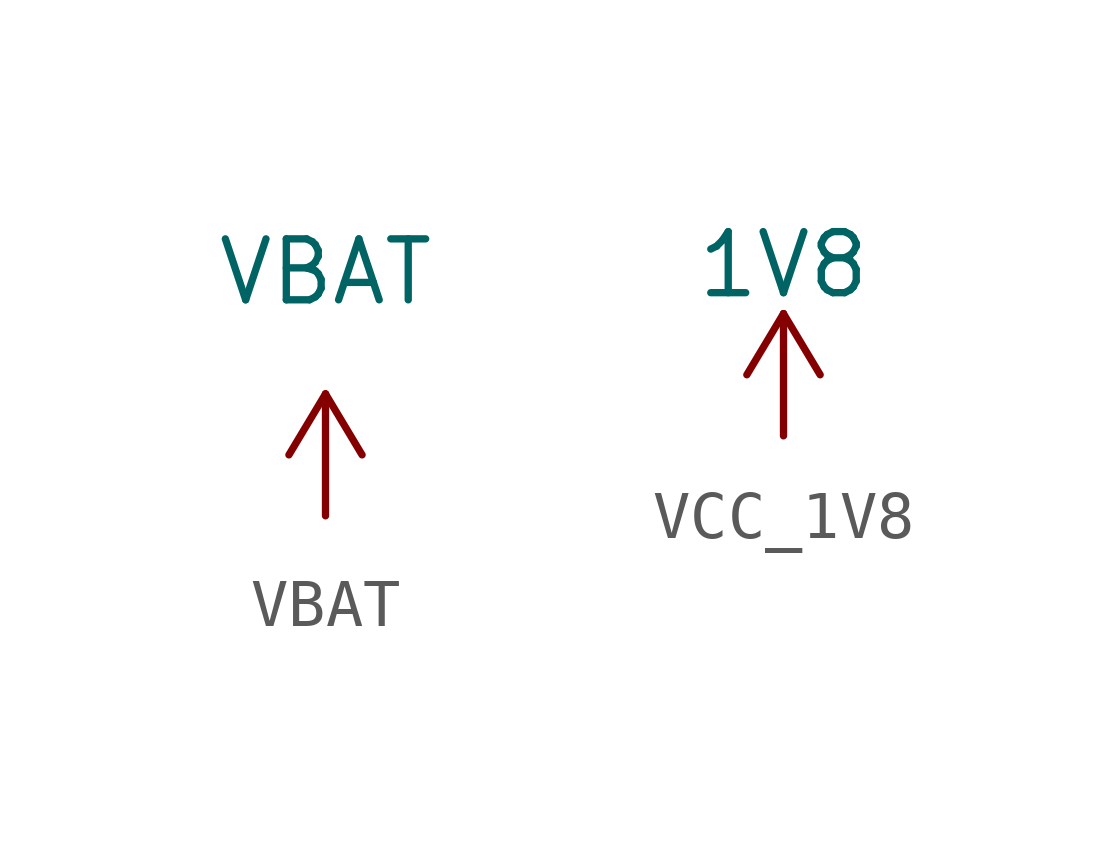
<source format=kicad_sym>
(kicad_symbol_lib
  (version 20220914)
  (generator kicad_symbol_editor)
  (symbol "VBAT"
    (power)
    (pin_names
      (offset 0))
    (property "Reference" "#PWR03"
      (at 0 -3.81 0)
      (effects (font (size 1.27 1.27)) hide))
    (property "Value" "VBAT"
      (at 0 5.08 0)
      (effects (font (size 1.27 1.27))))
    (symbol "VBAT_0_1"
      (polyline (pts (xy -0.762 1.27) (xy 0 2.54)) (stroke (width 0) (type default)) (fill (type none)))
      (polyline (pts (xy 0 0) (xy 0 2.54)) (stroke (width 0) (type default)) (fill (type none)))
      (polyline (pts (xy 0 2.54) (xy 0.762 1.27)) (stroke (width 0) (type default)) (fill (type none))))
    (symbol "VBAT_1_1"
      (pin power_in line (at 0 0 90) (length 0) hide (name "VBAT" (effects (font (size 1.27 1.27)))) (number "1" (effects (font (size 1.27 1.27)))))))
  (symbol "VCC_1V8"
    (power)
    (pin_names
      (offset 0))
    (property "Reference" "#PWR"
      (at 0 -3.81 0)
      (effects (font (size 1.27 1.27)) hide))
    (property "Value" "1V8"
      (at 0 3.556 0)
      (effects (font (size 1.27 1.27))))
    (symbol "VCC_1V8_0_1"
      (polyline (pts (xy -0.762 1.27) (xy 0 2.54)) (stroke (width 0) (type default)) (fill (type none)))
      (polyline (pts (xy 0 0) (xy 0 2.54)) (stroke (width 0) (type default)) (fill (type none)))
      (polyline (pts (xy 0 2.54) (xy 0.762 1.27)) (stroke (width 0) (type default)) (fill (type none))))
    (symbol "VCC_1V8_1_1"
      (pin power_out line (at 0 0 90) (length 0) hide (name "VCC_1V8" (effects (font (size 1.27 1.27)))) (number "1" (effects (font (size 1.27 1.27))))))))
</source>
